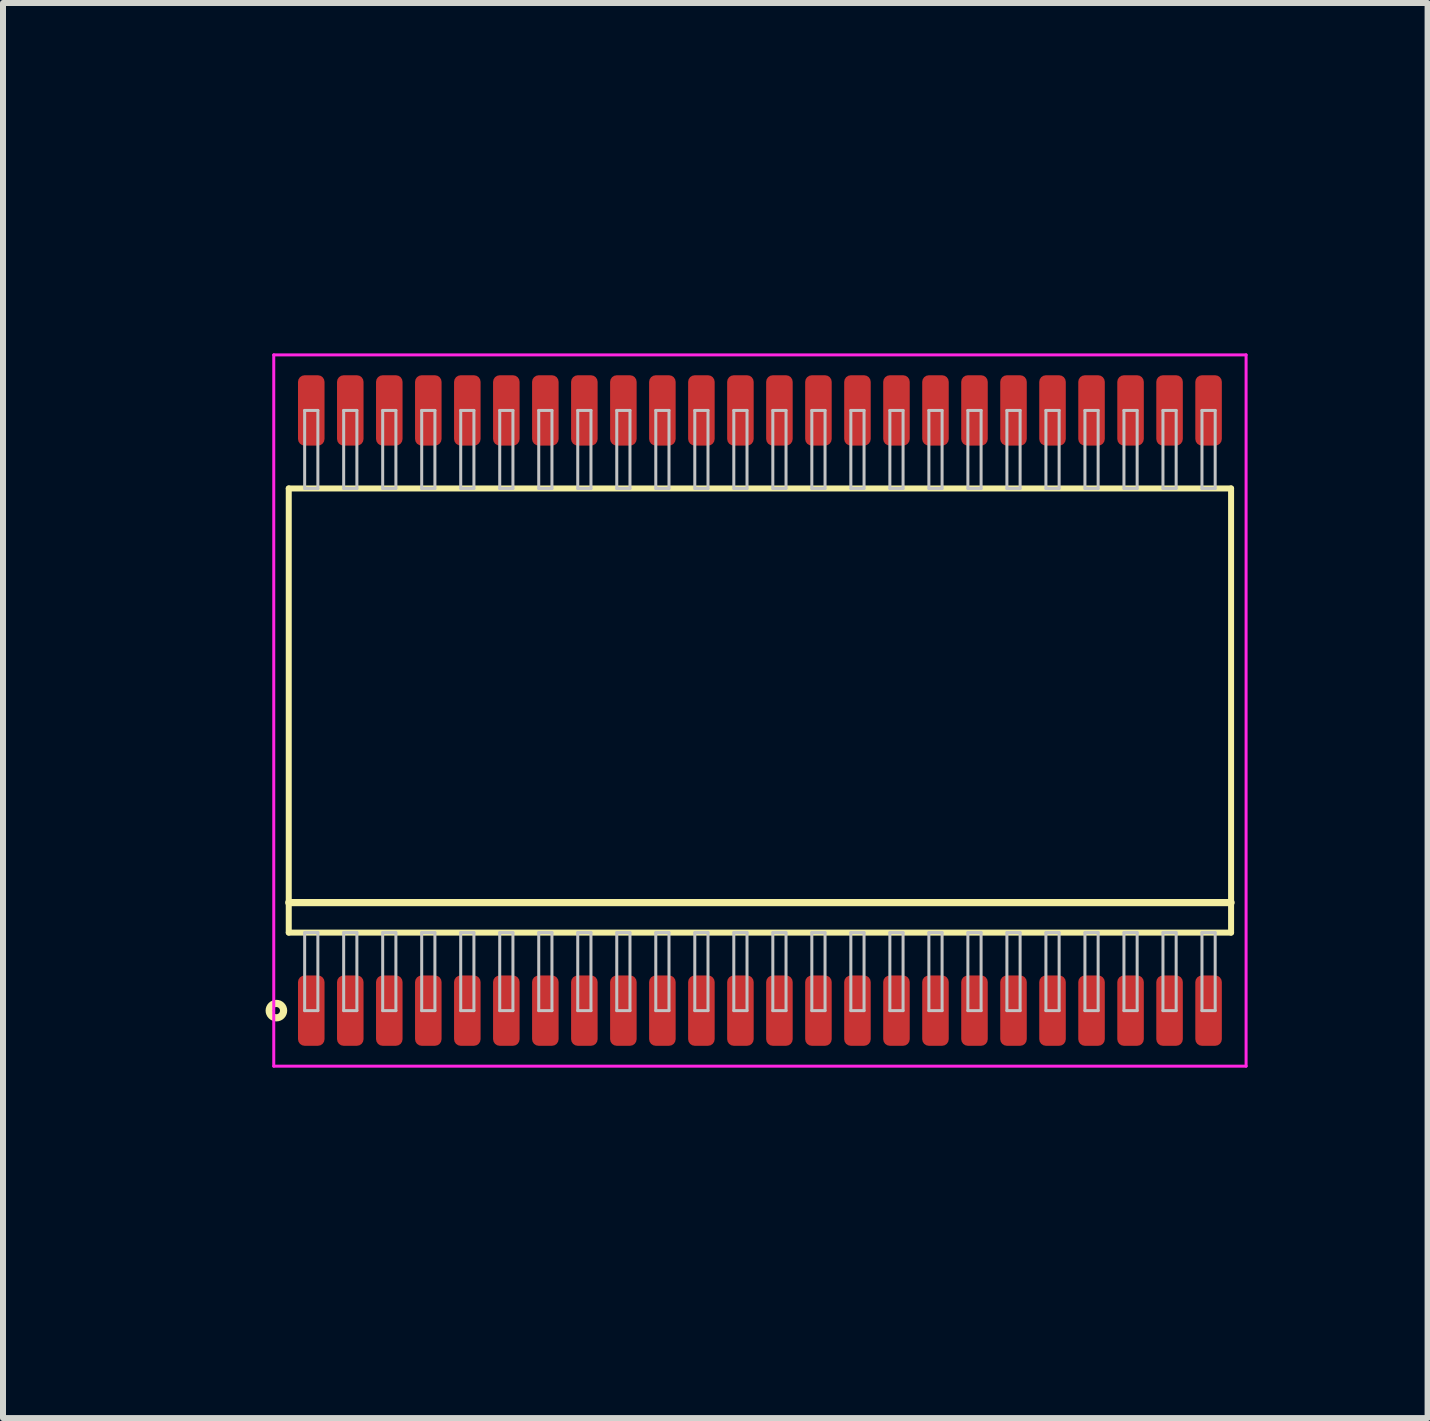
<source format=kicad_pcb>
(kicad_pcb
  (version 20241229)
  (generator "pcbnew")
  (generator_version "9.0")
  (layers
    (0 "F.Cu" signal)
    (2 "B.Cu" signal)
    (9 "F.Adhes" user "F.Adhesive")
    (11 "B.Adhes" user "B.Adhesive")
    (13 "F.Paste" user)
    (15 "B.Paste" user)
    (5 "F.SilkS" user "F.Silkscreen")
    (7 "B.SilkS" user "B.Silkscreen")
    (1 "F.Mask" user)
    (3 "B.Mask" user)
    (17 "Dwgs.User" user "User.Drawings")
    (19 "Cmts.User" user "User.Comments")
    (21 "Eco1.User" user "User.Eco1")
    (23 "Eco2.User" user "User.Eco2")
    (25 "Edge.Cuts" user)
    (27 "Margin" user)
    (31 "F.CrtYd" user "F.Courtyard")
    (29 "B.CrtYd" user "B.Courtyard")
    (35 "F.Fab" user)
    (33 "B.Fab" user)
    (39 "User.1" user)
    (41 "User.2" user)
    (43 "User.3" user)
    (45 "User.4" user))
  (footprint "SOP65P1570x1000-48"
    (layer "F.Cu")
    (at 9.611 8.788)
    (property "Reference" "SOP65P1570x1000-48" (at -8.85 0 90) (layer "User.1") (effects (font (size 1 1) (thickness 0.1))))
    (attr through_hole)
    (fp_line (start -7.85 -3.7) (end -7.85 3.7) (stroke (width 0.1) (type solid)) (layer "F.SilkS"))
    (fp_line (start -7.85 3.2) (end 7.85 3.2) (stroke (width 0.12) (type solid)) (layer "F.SilkS"))
    (fp_line (start -7.85 3.7) (end 7.85 3.7) (stroke (width 0.1) (type solid)) (layer "F.SilkS"))
    (fp_line (start 7.85 -3.7) (end -7.85 -3.7) (stroke (width 0.1) (type solid)) (layer "F.SilkS"))
    (fp_line (start 7.85 3.7) (end 7.85 -3.7) (stroke (width 0.1) (type solid)) (layer "F.SilkS"))
    (fp_circle (center -8.056 5) (end -7.936 5) (stroke (width 0.12) (type solid)) (fill no) (layer "F.SilkS"))
    (fp_line (start -7.585 -5) (end -7.585 -3.7) (stroke (width 0.05) (type solid)) (layer "Dwgs.User"))
    (fp_line (start -7.585 -3.7) (end -7.365 -3.7) (stroke (width 0.05) (type solid)) (layer "Dwgs.User"))
    (fp_line (start -7.585 3.7) (end -7.365 3.7) (stroke (width 0.05) (type solid)) (layer "Dwgs.User"))
    (fp_line (start -7.585 5) (end -7.585 3.7) (stroke (width 0.05) (type solid)) (layer "Dwgs.User"))
    (fp_line (start -7.365 -5) (end -7.585 -5) (stroke (width 0.05) (type solid)) (layer "Dwgs.User"))
    (fp_line (start -7.365 -3.7) (end -7.365 -5) (stroke (width 0.05) (type solid)) (layer "Dwgs.User"))
    (fp_line (start -7.365 3.7) (end -7.365 5) (stroke (width 0.05) (type solid)) (layer "Dwgs.User"))
    (fp_line (start -7.365 5) (end -7.585 5) (stroke (width 0.05) (type solid)) (layer "Dwgs.User"))
    (fp_line (start -6.935 -5) (end -6.935 -3.7) (stroke (width 0.05) (type solid)) (layer "Dwgs.User"))
    (fp_line (start -6.935 -3.7) (end -6.715 -3.7) (stroke (width 0.05) (type solid)) (layer "Dwgs.User"))
    (fp_line (start -6.935 3.7) (end -6.715 3.7) (stroke (width 0.05) (type solid)) (layer "Dwgs.User"))
    (fp_line (start -6.935 5) (end -6.935 3.7) (stroke (width 0.05) (type solid)) (layer "Dwgs.User"))
    (fp_line (start -6.715 -5) (end -6.935 -5) (stroke (width 0.05) (type solid)) (layer "Dwgs.User"))
    (fp_line (start -6.715 -3.7) (end -6.715 -5) (stroke (width 0.05) (type solid)) (layer "Dwgs.User"))
    (fp_line (start -6.715 3.7) (end -6.715 5) (stroke (width 0.05) (type solid)) (layer "Dwgs.User"))
    (fp_line (start -6.715 5) (end -6.935 5) (stroke (width 0.05) (type solid)) (layer "Dwgs.User"))
    (fp_line (start -6.285 -5) (end -6.285 -3.7) (stroke (width 0.05) (type solid)) (layer "Dwgs.User"))
    (fp_line (start -6.285 -3.7) (end -6.065 -3.7) (stroke (width 0.05) (type solid)) (layer "Dwgs.User"))
    (fp_line (start -6.285 3.7) (end -6.065 3.7) (stroke (width 0.05) (type solid)) (layer "Dwgs.User"))
    (fp_line (start -6.285 5) (end -6.285 3.7) (stroke (width 0.05) (type solid)) (layer "Dwgs.User"))
    (fp_line (start -6.065 -5) (end -6.285 -5) (stroke (width 0.05) (type solid)) (layer "Dwgs.User"))
    (fp_line (start -6.065 -3.7) (end -6.065 -5) (stroke (width 0.05) (type solid)) (layer "Dwgs.User"))
    (fp_line (start -6.065 3.7) (end -6.065 5) (stroke (width 0.05) (type solid)) (layer "Dwgs.User"))
    (fp_line (start -6.065 5) (end -6.285 5) (stroke (width 0.05) (type solid)) (layer "Dwgs.User"))
    (fp_line (start -5.635 -5) (end -5.635 -3.7) (stroke (width 0.05) (type solid)) (layer "Dwgs.User"))
    (fp_line (start -5.635 -3.7) (end -5.415 -3.7) (stroke (width 0.05) (type solid)) (layer "Dwgs.User"))
    (fp_line (start -5.635 3.7) (end -5.415 3.7) (stroke (width 0.05) (type solid)) (layer "Dwgs.User"))
    (fp_line (start -5.635 5) (end -5.635 3.7) (stroke (width 0.05) (type solid)) (layer "Dwgs.User"))
    (fp_line (start -5.415 -5) (end -5.635 -5) (stroke (width 0.05) (type solid)) (layer "Dwgs.User"))
    (fp_line (start -5.415 -3.7) (end -5.415 -5) (stroke (width 0.05) (type solid)) (layer "Dwgs.User"))
    (fp_line (start -5.415 3.7) (end -5.415 5) (stroke (width 0.05) (type solid)) (layer "Dwgs.User"))
    (fp_line (start -5.415 5) (end -5.635 5) (stroke (width 0.05) (type solid)) (layer "Dwgs.User"))
    (fp_line (start -4.985 -5) (end -4.985 -3.7) (stroke (width 0.05) (type solid)) (layer "Dwgs.User"))
    (fp_line (start -4.985 -3.7) (end -4.765 -3.7) (stroke (width 0.05) (type solid)) (layer "Dwgs.User"))
    (fp_line (start -4.985 3.7) (end -4.765 3.7) (stroke (width 0.05) (type solid)) (layer "Dwgs.User"))
    (fp_line (start -4.985 5) (end -4.985 3.7) (stroke (width 0.05) (type solid)) (layer "Dwgs.User"))
    (fp_line (start -4.765 -5) (end -4.985 -5) (stroke (width 0.05) (type solid)) (layer "Dwgs.User"))
    (fp_line (start -4.765 -3.7) (end -4.765 -5) (stroke (width 0.05) (type solid)) (layer "Dwgs.User"))
    (fp_line (start -4.765 3.7) (end -4.765 5) (stroke (width 0.05) (type solid)) (layer "Dwgs.User"))
    (fp_line (start -4.765 5) (end -4.985 5) (stroke (width 0.05) (type solid)) (layer "Dwgs.User"))
    (fp_line (start -4.335 -5) (end -4.335 -3.7) (stroke (width 0.05) (type solid)) (layer "Dwgs.User"))
    (fp_line (start -4.335 -3.7) (end -4.115 -3.7) (stroke (width 0.05) (type solid)) (layer "Dwgs.User"))
    (fp_line (start -4.335 3.7) (end -4.115 3.7) (stroke (width 0.05) (type solid)) (layer "Dwgs.User"))
    (fp_line (start -4.335 5) (end -4.335 3.7) (stroke (width 0.05) (type solid)) (layer "Dwgs.User"))
    (fp_line (start -4.115 -5) (end -4.335 -5) (stroke (width 0.05) (type solid)) (layer "Dwgs.User"))
    (fp_line (start -4.115 -3.7) (end -4.115 -5) (stroke (width 0.05) (type solid)) (layer "Dwgs.User"))
    (fp_line (start -4.115 3.7) (end -4.115 5) (stroke (width 0.05) (type solid)) (layer "Dwgs.User"))
    (fp_line (start -4.115 5) (end -4.335 5) (stroke (width 0.05) (type solid)) (layer "Dwgs.User"))
    (fp_line (start -3.685 -5) (end -3.685 -3.7) (stroke (width 0.05) (type solid)) (layer "Dwgs.User"))
    (fp_line (start -3.685 -3.7) (end -3.465 -3.7) (stroke (width 0.05) (type solid)) (layer "Dwgs.User"))
    (fp_line (start -3.685 3.7) (end -3.465 3.7) (stroke (width 0.05) (type solid)) (layer "Dwgs.User"))
    (fp_line (start -3.685 5) (end -3.685 3.7) (stroke (width 0.05) (type solid)) (layer "Dwgs.User"))
    (fp_line (start -3.465 -5) (end -3.685 -5) (stroke (width 0.05) (type solid)) (layer "Dwgs.User"))
    (fp_line (start -3.465 -3.7) (end -3.465 -5) (stroke (width 0.05) (type solid)) (layer "Dwgs.User"))
    (fp_line (start -3.465 3.7) (end -3.465 5) (stroke (width 0.05) (type solid)) (layer "Dwgs.User"))
    (fp_line (start -3.465 5) (end -3.685 5) (stroke (width 0.05) (type solid)) (layer "Dwgs.User"))
    (fp_line (start -3.035 -5) (end -3.035 -3.7) (stroke (width 0.05) (type solid)) (layer "Dwgs.User"))
    (fp_line (start -3.035 -3.7) (end -2.815 -3.7) (stroke (width 0.05) (type solid)) (layer "Dwgs.User"))
    (fp_line (start -3.035 3.7) (end -2.815 3.7) (stroke (width 0.05) (type solid)) (layer "Dwgs.User"))
    (fp_line (start -3.035 5) (end -3.035 3.7) (stroke (width 0.05) (type solid)) (layer "Dwgs.User"))
    (fp_line (start -2.815 -5) (end -3.035 -5) (stroke (width 0.05) (type solid)) (layer "Dwgs.User"))
    (fp_line (start -2.815 -3.7) (end -2.815 -5) (stroke (width 0.05) (type solid)) (layer "Dwgs.User"))
    (fp_line (start -2.815 3.7) (end -2.815 5) (stroke (width 0.05) (type solid)) (layer "Dwgs.User"))
    (fp_line (start -2.815 5) (end -3.035 5) (stroke (width 0.05) (type solid)) (layer "Dwgs.User"))
    (fp_line (start -2.385 -5) (end -2.385 -3.7) (stroke (width 0.05) (type solid)) (layer "Dwgs.User"))
    (fp_line (start -2.385 -3.7) (end -2.165 -3.7) (stroke (width 0.05) (type solid)) (layer "Dwgs.User"))
    (fp_line (start -2.385 3.7) (end -2.165 3.7) (stroke (width 0.05) (type solid)) (layer "Dwgs.User"))
    (fp_line (start -2.385 5) (end -2.385 3.7) (stroke (width 0.05) (type solid)) (layer "Dwgs.User"))
    (fp_line (start -2.165 -5) (end -2.385 -5) (stroke (width 0.05) (type solid)) (layer "Dwgs.User"))
    (fp_line (start -2.165 -3.7) (end -2.165 -5) (stroke (width 0.05) (type solid)) (layer "Dwgs.User"))
    (fp_line (start -2.165 3.7) (end -2.165 5) (stroke (width 0.05) (type solid)) (layer "Dwgs.User"))
    (fp_line (start -2.165 5) (end -2.385 5) (stroke (width 0.05) (type solid)) (layer "Dwgs.User"))
    (fp_line (start -1.735 -5) (end -1.735 -3.7) (stroke (width 0.05) (type solid)) (layer "Dwgs.User"))
    (fp_line (start -1.735 -3.7) (end -1.515 -3.7) (stroke (width 0.05) (type solid)) (layer "Dwgs.User"))
    (fp_line (start -1.735 3.7) (end -1.515 3.7) (stroke (width 0.05) (type solid)) (layer "Dwgs.User"))
    (fp_line (start -1.735 5) (end -1.735 3.7) (stroke (width 0.05) (type solid)) (layer "Dwgs.User"))
    (fp_line (start -1.515 -5) (end -1.735 -5) (stroke (width 0.05) (type solid)) (layer "Dwgs.User"))
    (fp_line (start -1.515 -3.7) (end -1.515 -5) (stroke (width 0.05) (type solid)) (layer "Dwgs.User"))
    (fp_line (start -1.515 3.7) (end -1.515 5) (stroke (width 0.05) (type solid)) (layer "Dwgs.User"))
    (fp_line (start -1.515 5) (end -1.735 5) (stroke (width 0.05) (type solid)) (layer "Dwgs.User"))
    (fp_line (start -1.085 -5) (end -1.085 -3.7) (stroke (width 0.05) (type solid)) (layer "Dwgs.User"))
    (fp_line (start -1.085 -3.7) (end -0.865 -3.7) (stroke (width 0.05) (type solid)) (layer "Dwgs.User"))
    (fp_line (start -1.085 3.7) (end -0.865 3.7) (stroke (width 0.05) (type solid)) (layer "Dwgs.User"))
    (fp_line (start -1.085 5) (end -1.085 3.7) (stroke (width 0.05) (type solid)) (layer "Dwgs.User"))
    (fp_line (start -0.865 -5) (end -1.085 -5) (stroke (width 0.05) (type solid)) (layer "Dwgs.User"))
    (fp_line (start -0.865 -3.7) (end -0.865 -5) (stroke (width 0.05) (type solid)) (layer "Dwgs.User"))
    (fp_line (start -0.865 3.7) (end -0.865 5) (stroke (width 0.05) (type solid)) (layer "Dwgs.User"))
    (fp_line (start -0.865 5) (end -1.085 5) (stroke (width 0.05) (type solid)) (layer "Dwgs.User"))
    (fp_line (start -0.435 -5) (end -0.435 -3.7) (stroke (width 0.05) (type solid)) (layer "Dwgs.User"))
    (fp_line (start -0.435 -3.7) (end -0.215 -3.7) (stroke (width 0.05) (type solid)) (layer "Dwgs.User"))
    (fp_line (start -0.435 3.7) (end -0.215 3.7) (stroke (width 0.05) (type solid)) (layer "Dwgs.User"))
    (fp_line (start -0.435 5) (end -0.435 3.7) (stroke (width 0.05) (type solid)) (layer "Dwgs.User"))
    (fp_line (start -0.215 -5) (end -0.435 -5) (stroke (width 0.05) (type solid)) (layer "Dwgs.User"))
    (fp_line (start -0.215 -3.7) (end -0.215 -5) (stroke (width 0.05) (type solid)) (layer "Dwgs.User"))
    (fp_line (start -0.215 3.7) (end -0.215 5) (stroke (width 0.05) (type solid)) (layer "Dwgs.User"))
    (fp_line (start -0.215 5) (end -0.435 5) (stroke (width 0.05) (type solid)) (layer "Dwgs.User"))
    (fp_line (start 0.215 -5) (end 0.215 -3.7) (stroke (width 0.05) (type solid)) (layer "Dwgs.User"))
    (fp_line (start 0.215 -3.7) (end 0.435 -3.7) (stroke (width 0.05) (type solid)) (layer "Dwgs.User"))
    (fp_line (start 0.215 3.7) (end 0.435 3.7) (stroke (width 0.05) (type solid)) (layer "Dwgs.User"))
    (fp_line (start 0.215 5) (end 0.215 3.7) (stroke (width 0.05) (type solid)) (layer "Dwgs.User"))
    (fp_line (start 0.435 -5) (end 0.215 -5) (stroke (width 0.05) (type solid)) (layer "Dwgs.User"))
    (fp_line (start 0.435 -3.7) (end 0.435 -5) (stroke (width 0.05) (type solid)) (layer "Dwgs.User"))
    (fp_line (start 0.435 3.7) (end 0.435 5) (stroke (width 0.05) (type solid)) (layer "Dwgs.User"))
    (fp_line (start 0.435 5) (end 0.215 5) (stroke (width 0.05) (type solid)) (layer "Dwgs.User"))
    (fp_line (start 0.865 -5) (end 0.865 -3.7) (stroke (width 0.05) (type solid)) (layer "Dwgs.User"))
    (fp_line (start 0.865 -3.7) (end 1.085 -3.7) (stroke (width 0.05) (type solid)) (layer "Dwgs.User"))
    (fp_line (start 0.865 3.7) (end 1.085 3.7) (stroke (width 0.05) (type solid)) (layer "Dwgs.User"))
    (fp_line (start 0.865 5) (end 0.865 3.7) (stroke (width 0.05) (type solid)) (layer "Dwgs.User"))
    (fp_line (start 1.085 -5) (end 0.865 -5) (stroke (width 0.05) (type solid)) (layer "Dwgs.User"))
    (fp_line (start 1.085 -3.7) (end 1.085 -5) (stroke (width 0.05) (type solid)) (layer "Dwgs.User"))
    (fp_line (start 1.085 3.7) (end 1.085 5) (stroke (width 0.05) (type solid)) (layer "Dwgs.User"))
    (fp_line (start 1.085 5) (end 0.865 5) (stroke (width 0.05) (type solid)) (layer "Dwgs.User"))
    (fp_line (start 1.515 -5) (end 1.515 -3.7) (stroke (width 0.05) (type solid)) (layer "Dwgs.User"))
    (fp_line (start 1.515 -3.7) (end 1.735 -3.7) (stroke (width 0.05) (type solid)) (layer "Dwgs.User"))
    (fp_line (start 1.515 3.7) (end 1.735 3.7) (stroke (width 0.05) (type solid)) (layer "Dwgs.User"))
    (fp_line (start 1.515 5) (end 1.515 3.7) (stroke (width 0.05) (type solid)) (layer "Dwgs.User"))
    (fp_line (start 1.735 -5) (end 1.515 -5) (stroke (width 0.05) (type solid)) (layer "Dwgs.User"))
    (fp_line (start 1.735 -3.7) (end 1.735 -5) (stroke (width 0.05) (type solid)) (layer "Dwgs.User"))
    (fp_line (start 1.735 3.7) (end 1.735 5) (stroke (width 0.05) (type solid)) (layer "Dwgs.User"))
    (fp_line (start 1.735 5) (end 1.515 5) (stroke (width 0.05) (type solid)) (layer "Dwgs.User"))
    (fp_line (start 2.165 -5) (end 2.165 -3.7) (stroke (width 0.05) (type solid)) (layer "Dwgs.User"))
    (fp_line (start 2.165 -3.7) (end 2.385 -3.7) (stroke (width 0.05) (type solid)) (layer "Dwgs.User"))
    (fp_line (start 2.165 3.7) (end 2.385 3.7) (stroke (width 0.05) (type solid)) (layer "Dwgs.User"))
    (fp_line (start 2.165 5) (end 2.165 3.7) (stroke (width 0.05) (type solid)) (layer "Dwgs.User"))
    (fp_line (start 2.385 -5) (end 2.165 -5) (stroke (width 0.05) (type solid)) (layer "Dwgs.User"))
    (fp_line (start 2.385 -3.7) (end 2.385 -5) (stroke (width 0.05) (type solid)) (layer "Dwgs.User"))
    (fp_line (start 2.385 3.7) (end 2.385 5) (stroke (width 0.05) (type solid)) (layer "Dwgs.User"))
    (fp_line (start 2.385 5) (end 2.165 5) (stroke (width 0.05) (type solid)) (layer "Dwgs.User"))
    (fp_line (start 2.815 -5) (end 2.815 -3.7) (stroke (width 0.05) (type solid)) (layer "Dwgs.User"))
    (fp_line (start 2.815 -3.7) (end 3.035 -3.7) (stroke (width 0.05) (type solid)) (layer "Dwgs.User"))
    (fp_line (start 2.815 3.7) (end 3.035 3.7) (stroke (width 0.05) (type solid)) (layer "Dwgs.User"))
    (fp_line (start 2.815 5) (end 2.815 3.7) (stroke (width 0.05) (type solid)) (layer "Dwgs.User"))
    (fp_line (start 3.035 -5) (end 2.815 -5) (stroke (width 0.05) (type solid)) (layer "Dwgs.User"))
    (fp_line (start 3.035 -3.7) (end 3.035 -5) (stroke (width 0.05) (type solid)) (layer "Dwgs.User"))
    (fp_line (start 3.035 3.7) (end 3.035 5) (stroke (width 0.05) (type solid)) (layer "Dwgs.User"))
    (fp_line (start 3.035 5) (end 2.815 5) (stroke (width 0.05) (type solid)) (layer "Dwgs.User"))
    (fp_line (start 3.465 -5) (end 3.465 -3.7) (stroke (width 0.05) (type solid)) (layer "Dwgs.User"))
    (fp_line (start 3.465 -3.7) (end 3.685 -3.7) (stroke (width 0.05) (type solid)) (layer "Dwgs.User"))
    (fp_line (start 3.465 3.7) (end 3.685 3.7) (stroke (width 0.05) (type solid)) (layer "Dwgs.User"))
    (fp_line (start 3.465 5) (end 3.465 3.7) (stroke (width 0.05) (type solid)) (layer "Dwgs.User"))
    (fp_line (start 3.685 -5) (end 3.465 -5) (stroke (width 0.05) (type solid)) (layer "Dwgs.User"))
    (fp_line (start 3.685 -3.7) (end 3.685 -5) (stroke (width 0.05) (type solid)) (layer "Dwgs.User"))
    (fp_line (start 3.685 3.7) (end 3.685 5) (stroke (width 0.05) (type solid)) (layer "Dwgs.User"))
    (fp_line (start 3.685 5) (end 3.465 5) (stroke (width 0.05) (type solid)) (layer "Dwgs.User"))
    (fp_line (start 4.115 -5) (end 4.115 -3.7) (stroke (width 0.05) (type solid)) (layer "Dwgs.User"))
    (fp_line (start 4.115 -3.7) (end 4.335 -3.7) (stroke (width 0.05) (type solid)) (layer "Dwgs.User"))
    (fp_line (start 4.115 3.7) (end 4.335 3.7) (stroke (width 0.05) (type solid)) (layer "Dwgs.User"))
    (fp_line (start 4.115 5) (end 4.115 3.7) (stroke (width 0.05) (type solid)) (layer "Dwgs.User"))
    (fp_line (start 4.335 -5) (end 4.115 -5) (stroke (width 0.05) (type solid)) (layer "Dwgs.User"))
    (fp_line (start 4.335 -3.7) (end 4.335 -5) (stroke (width 0.05) (type solid)) (layer "Dwgs.User"))
    (fp_line (start 4.335 3.7) (end 4.335 5) (stroke (width 0.05) (type solid)) (layer "Dwgs.User"))
    (fp_line (start 4.335 5) (end 4.115 5) (stroke (width 0.05) (type solid)) (layer "Dwgs.User"))
    (fp_line (start 4.765 -5) (end 4.765 -3.7) (stroke (width 0.05) (type solid)) (layer "Dwgs.User"))
    (fp_line (start 4.765 -3.7) (end 4.985 -3.7) (stroke (width 0.05) (type solid)) (layer "Dwgs.User"))
    (fp_line (start 4.765 3.7) (end 4.985 3.7) (stroke (width 0.05) (type solid)) (layer "Dwgs.User"))
    (fp_line (start 4.765 5) (end 4.765 3.7) (stroke (width 0.05) (type solid)) (layer "Dwgs.User"))
    (fp_line (start 4.985 -5) (end 4.765 -5) (stroke (width 0.05) (type solid)) (layer "Dwgs.User"))
    (fp_line (start 4.985 -3.7) (end 4.985 -5) (stroke (width 0.05) (type solid)) (layer "Dwgs.User"))
    (fp_line (start 4.985 3.7) (end 4.985 5) (stroke (width 0.05) (type solid)) (layer "Dwgs.User"))
    (fp_line (start 4.985 5) (end 4.765 5) (stroke (width 0.05) (type solid)) (layer "Dwgs.User"))
    (fp_line (start 5.415 -5) (end 5.415 -3.7) (stroke (width 0.05) (type solid)) (layer "Dwgs.User"))
    (fp_line (start 5.415 -3.7) (end 5.635 -3.7) (stroke (width 0.05) (type solid)) (layer "Dwgs.User"))
    (fp_line (start 5.415 3.7) (end 5.635 3.7) (stroke (width 0.05) (type solid)) (layer "Dwgs.User"))
    (fp_line (start 5.415 5) (end 5.415 3.7) (stroke (width 0.05) (type solid)) (layer "Dwgs.User"))
    (fp_line (start 5.635 -5) (end 5.415 -5) (stroke (width 0.05) (type solid)) (layer "Dwgs.User"))
    (fp_line (start 5.635 -3.7) (end 5.635 -5) (stroke (width 0.05) (type solid)) (layer "Dwgs.User"))
    (fp_line (start 5.635 3.7) (end 5.635 5) (stroke (width 0.05) (type solid)) (layer "Dwgs.User"))
    (fp_line (start 5.635 5) (end 5.415 5) (stroke (width 0.05) (type solid)) (layer "Dwgs.User"))
    (fp_line (start 6.065 -5) (end 6.065 -3.7) (stroke (width 0.05) (type solid)) (layer "Dwgs.User"))
    (fp_line (start 6.065 -3.7) (end 6.285 -3.7) (stroke (width 0.05) (type solid)) (layer "Dwgs.User"))
    (fp_line (start 6.065 3.7) (end 6.285 3.7) (stroke (width 0.05) (type solid)) (layer "Dwgs.User"))
    (fp_line (start 6.065 5) (end 6.065 3.7) (stroke (width 0.05) (type solid)) (layer "Dwgs.User"))
    (fp_line (start 6.285 -5) (end 6.065 -5) (stroke (width 0.05) (type solid)) (layer "Dwgs.User"))
    (fp_line (start 6.285 -3.7) (end 6.285 -5) (stroke (width 0.05) (type solid)) (layer "Dwgs.User"))
    (fp_line (start 6.285 3.7) (end 6.285 5) (stroke (width 0.05) (type solid)) (layer "Dwgs.User"))
    (fp_line (start 6.285 5) (end 6.065 5) (stroke (width 0.05) (type solid)) (layer "Dwgs.User"))
    (fp_line (start 6.715 -5) (end 6.715 -3.7) (stroke (width 0.05) (type solid)) (layer "Dwgs.User"))
    (fp_line (start 6.715 -3.7) (end 6.935 -3.7) (stroke (width 0.05) (type solid)) (layer "Dwgs.User"))
    (fp_line (start 6.715 3.7) (end 6.935 3.7) (stroke (width 0.05) (type solid)) (layer "Dwgs.User"))
    (fp_line (start 6.715 5) (end 6.715 3.7) (stroke (width 0.05) (type solid)) (layer "Dwgs.User"))
    (fp_line (start 6.935 -5) (end 6.715 -5) (stroke (width 0.05) (type solid)) (layer "Dwgs.User"))
    (fp_line (start 6.935 -3.7) (end 6.935 -5) (stroke (width 0.05) (type solid)) (layer "Dwgs.User"))
    (fp_line (start 6.935 3.7) (end 6.935 5) (stroke (width 0.05) (type solid)) (layer "Dwgs.User"))
    (fp_line (start 6.935 5) (end 6.715 5) (stroke (width 0.05) (type solid)) (layer "Dwgs.User"))
    (fp_line (start 7.365 -5) (end 7.365 -3.7) (stroke (width 0.05) (type solid)) (layer "Dwgs.User"))
    (fp_line (start 7.365 -3.7) (end 7.585 -3.7) (stroke (width 0.05) (type solid)) (layer "Dwgs.User"))
    (fp_line (start 7.365 3.7) (end 7.585 3.7) (stroke (width 0.05) (type solid)) (layer "Dwgs.User"))
    (fp_line (start 7.365 5) (end 7.365 3.7) (stroke (width 0.05) (type solid)) (layer "Dwgs.User"))
    (fp_line (start 7.585 -5) (end 7.365 -5) (stroke (width 0.05) (type solid)) (layer "Dwgs.User"))
    (fp_line (start 7.585 -3.7) (end 7.585 -5) (stroke (width 0.05) (type solid)) (layer "Dwgs.User"))
    (fp_line (start 7.585 3.7) (end 7.585 5) (stroke (width 0.05) (type solid)) (layer "Dwgs.User"))
    (fp_line (start 7.585 5) (end 7.365 5) (stroke (width 0.05) (type solid)) (layer "Dwgs.User"))
    (fp_line (start -8.1 -5.925) (end -8.1 5.925) (stroke (width 0.05) (type solid)) (layer "F.CrtYd"))
    (fp_line (start -8.1 5.925) (end 8.1 5.925) (stroke (width 0.05) (type solid)) (layer "F.CrtYd"))
    (fp_line (start 8.1 -5.925) (end -8.1 -5.925) (stroke (width 0.05) (type solid)) (layer "F.CrtYd"))
    (fp_line (start 8.1 5.925) (end 8.1 -5.925) (stroke (width 0.05) (type solid)) (layer "F.CrtYd"))
    (pad "1" smd roundrect (at -7.475 5) (size 0.442 1.172) (layers "F.Cu" "F.Mask" "F.Paste") (roundrect_rratio 0.25))
    (pad "2" smd roundrect (at -6.825 5) (size 0.442 1.172) (layers "F.Cu" "F.Mask" "F.Paste") (roundrect_rratio 0.25))
    (pad "3" smd roundrect (at -6.175 5) (size 0.442 1.172) (layers "F.Cu" "F.Mask" "F.Paste") (roundrect_rratio 0.25))
    (pad "4" smd roundrect (at -5.525 5) (size 0.442 1.172) (layers "F.Cu" "F.Mask" "F.Paste") (roundrect_rratio 0.25))
    (pad "5" smd roundrect (at -4.875 5) (size 0.442 1.172) (layers "F.Cu" "F.Mask" "F.Paste") (roundrect_rratio 0.25))
    (pad "6" smd roundrect (at -4.225 5) (size 0.442 1.172) (layers "F.Cu" "F.Mask" "F.Paste") (roundrect_rratio 0.25))
    (pad "7" smd roundrect (at -3.575 5) (size 0.442 1.172) (layers "F.Cu" "F.Mask" "F.Paste") (roundrect_rratio 0.25))
    (pad "8" smd roundrect (at -2.925 5) (size 0.442 1.172) (layers "F.Cu" "F.Mask" "F.Paste") (roundrect_rratio 0.25))
    (pad "9" smd roundrect (at -2.275 5) (size 0.442 1.172) (layers "F.Cu" "F.Mask" "F.Paste") (roundrect_rratio 0.25))
    (pad "10" smd roundrect (at -1.625 5) (size 0.442 1.172) (layers "F.Cu" "F.Mask" "F.Paste") (roundrect_rratio 0.25))
    (pad "11" smd roundrect (at -0.975 5) (size 0.442 1.172) (layers "F.Cu" "F.Mask" "F.Paste") (roundrect_rratio 0.25))
    (pad "12" smd roundrect (at -0.325 5) (size 0.442 1.172) (layers "F.Cu" "F.Mask" "F.Paste") (roundrect_rratio 0.25))
    (pad "13" smd roundrect (at 0.325 5) (size 0.442 1.172) (layers "F.Cu" "F.Mask" "F.Paste") (roundrect_rratio 0.25))
    (pad "14" smd roundrect (at 0.975 5) (size 0.442 1.172) (layers "F.Cu" "F.Mask" "F.Paste") (roundrect_rratio 0.25))
    (pad "15" smd roundrect (at 1.625 5) (size 0.442 1.172) (layers "F.Cu" "F.Mask" "F.Paste") (roundrect_rratio 0.25))
    (pad "16" smd roundrect (at 2.275 5) (size 0.442 1.172) (layers "F.Cu" "F.Mask" "F.Paste") (roundrect_rratio 0.25))
    (pad "17" smd roundrect (at 2.925 5) (size 0.442 1.172) (layers "F.Cu" "F.Mask" "F.Paste") (roundrect_rratio 0.25))
    (pad "18" smd roundrect (at 3.575 5) (size 0.442 1.172) (layers "F.Cu" "F.Mask" "F.Paste") (roundrect_rratio 0.25))
    (pad "19" smd roundrect (at 4.225 5) (size 0.442 1.172) (layers "F.Cu" "F.Mask" "F.Paste") (roundrect_rratio 0.25))
    (pad "20" smd roundrect (at 4.875 5) (size 0.442 1.172) (layers "F.Cu" "F.Mask" "F.Paste") (roundrect_rratio 0.25))
    (pad "21" smd roundrect (at 5.525 5) (size 0.442 1.172) (layers "F.Cu" "F.Mask" "F.Paste") (roundrect_rratio 0.25))
    (pad "22" smd roundrect (at 6.175 5) (size 0.442 1.172) (layers "F.Cu" "F.Mask" "F.Paste") (roundrect_rratio 0.25))
    (pad "23" smd roundrect (at 6.825 5) (size 0.442 1.172) (layers "F.Cu" "F.Mask" "F.Paste") (roundrect_rratio 0.25))
    (pad "24" smd roundrect (at 7.475 5) (size 0.442 1.172) (layers "F.Cu" "F.Mask" "F.Paste") (roundrect_rratio 0.25))
    (pad "25" smd roundrect (at 7.475 -5) (size 0.442 1.172) (layers "F.Cu" "F.Mask" "F.Paste") (roundrect_rratio 0.25))
    (pad "26" smd roundrect (at 6.825 -5) (size 0.442 1.172) (layers "F.Cu" "F.Mask" "F.Paste") (roundrect_rratio 0.25))
    (pad "27" smd roundrect (at 6.175 -5) (size 0.442 1.172) (layers "F.Cu" "F.Mask" "F.Paste") (roundrect_rratio 0.25))
    (pad "28" smd roundrect (at 5.525 -5) (size 0.442 1.172) (layers "F.Cu" "F.Mask" "F.Paste") (roundrect_rratio 0.25))
    (pad "29" smd roundrect (at 4.875 -5) (size 0.442 1.172) (layers "F.Cu" "F.Mask" "F.Paste") (roundrect_rratio 0.25))
    (pad "30" smd roundrect (at 4.225 -5) (size 0.442 1.172) (layers "F.Cu" "F.Mask" "F.Paste") (roundrect_rratio 0.25))
    (pad "31" smd roundrect (at 3.575 -5) (size 0.442 1.172) (layers "F.Cu" "F.Mask" "F.Paste") (roundrect_rratio 0.25))
    (pad "32" smd roundrect (at 2.925 -5) (size 0.442 1.172) (layers "F.Cu" "F.Mask" "F.Paste") (roundrect_rratio 0.25))
    (pad "33" smd roundrect (at 2.275 -5) (size 0.442 1.172) (layers "F.Cu" "F.Mask" "F.Paste") (roundrect_rratio 0.25))
    (pad "34" smd roundrect (at 1.625 -5) (size 0.442 1.172) (layers "F.Cu" "F.Mask" "F.Paste") (roundrect_rratio 0.25))
    (pad "35" smd roundrect (at 0.975 -5) (size 0.442 1.172) (layers "F.Cu" "F.Mask" "F.Paste") (roundrect_rratio 0.25))
    (pad "36" smd roundrect (at 0.325 -5) (size 0.442 1.172) (layers "F.Cu" "F.Mask" "F.Paste") (roundrect_rratio 0.25))
    (pad "37" smd roundrect (at -0.325 -5) (size 0.442 1.172) (layers "F.Cu" "F.Mask" "F.Paste") (roundrect_rratio 0.25))
    (pad "38" smd roundrect (at -0.975 -5) (size 0.442 1.172) (layers "F.Cu" "F.Mask" "F.Paste") (roundrect_rratio 0.25))
    (pad "39" smd roundrect (at -1.625 -5) (size 0.442 1.172) (layers "F.Cu" "F.Mask" "F.Paste") (roundrect_rratio 0.25))
    (pad "40" smd roundrect (at -2.275 -5) (size 0.442 1.172) (layers "F.Cu" "F.Mask" "F.Paste") (roundrect_rratio 0.25))
    (pad "41" smd roundrect (at -2.925 -5) (size 0.442 1.172) (layers "F.Cu" "F.Mask" "F.Paste") (roundrect_rratio 0.25))
    (pad "42" smd roundrect (at -3.575 -5) (size 0.442 1.172) (layers "F.Cu" "F.Mask" "F.Paste") (roundrect_rratio 0.25))
    (pad "43" smd roundrect (at -4.225 -5) (size 0.442 1.172) (layers "F.Cu" "F.Mask" "F.Paste") (roundrect_rratio 0.25))
    (pad "44" smd roundrect (at -4.875 -5) (size 0.442 1.172) (layers "F.Cu" "F.Mask" "F.Paste") (roundrect_rratio 0.25))
    (pad "45" smd roundrect (at -5.525 -5) (size 0.442 1.172) (layers "F.Cu" "F.Mask" "F.Paste") (roundrect_rratio 0.25))
    (pad "46" smd roundrect (at -6.175 -5) (size 0.442 1.172) (layers "F.Cu" "F.Mask" "F.Paste") (roundrect_rratio 0.25))
    (pad "47" smd roundrect (at -6.825 -5) (size 0.442 1.172) (layers "F.Cu" "F.Mask" "F.Paste") (roundrect_rratio 0.25))
    (pad "48" smd roundrect (at -7.475 -5) (size 0.442 1.172) (layers "F.Cu" "F.Mask" "F.Paste") (roundrect_rratio 0.25)))
  (gr_rect
    (start -3 -3)
    (end 20.735 20.576)
    (stroke (width 0.1) (type default))
    (fill no)
    (layer "Edge.Cuts")))
</source>
